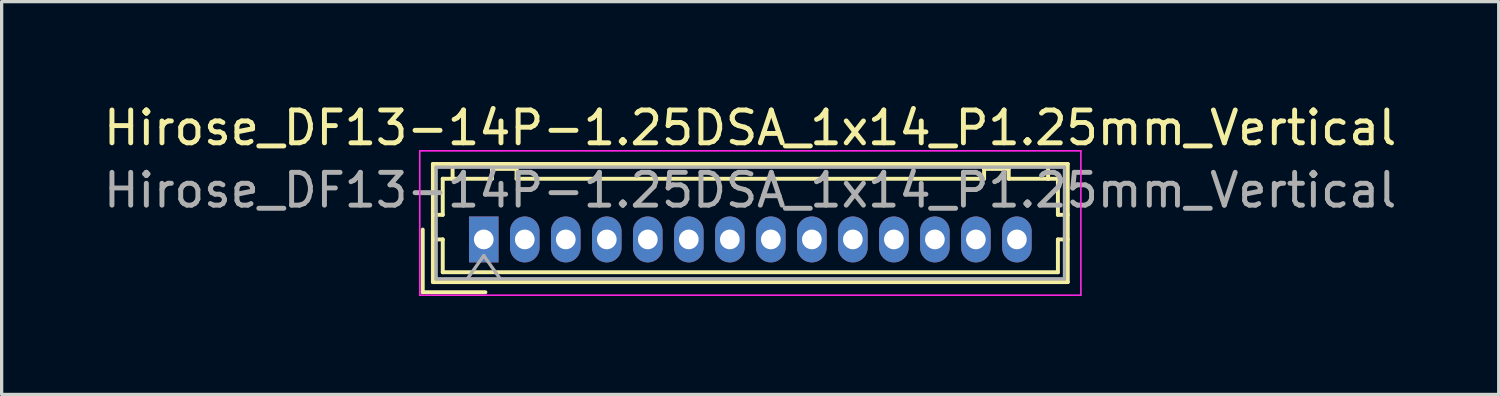
<source format=kicad_pcb>
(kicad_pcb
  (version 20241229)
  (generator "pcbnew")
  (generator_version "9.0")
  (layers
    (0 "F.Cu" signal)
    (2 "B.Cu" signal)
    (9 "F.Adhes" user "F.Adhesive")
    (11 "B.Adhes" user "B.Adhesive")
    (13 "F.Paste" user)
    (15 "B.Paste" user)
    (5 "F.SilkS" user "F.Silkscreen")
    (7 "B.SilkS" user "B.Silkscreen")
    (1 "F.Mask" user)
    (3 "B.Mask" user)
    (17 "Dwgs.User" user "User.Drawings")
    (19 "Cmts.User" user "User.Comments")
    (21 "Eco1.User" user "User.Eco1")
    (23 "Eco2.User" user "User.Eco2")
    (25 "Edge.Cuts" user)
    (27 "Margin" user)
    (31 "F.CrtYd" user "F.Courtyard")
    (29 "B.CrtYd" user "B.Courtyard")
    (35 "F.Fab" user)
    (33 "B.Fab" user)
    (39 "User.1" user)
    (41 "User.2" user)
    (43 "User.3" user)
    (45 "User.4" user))
  (footprint "Hirose_DF13-14P-1.25DSA_1x14_P1.25mm_Vertical"
    (layer "F.Cu")
    (at 11.695 4.248)
    (property "Reference" "Hirose_DF13-14P-1.25DSA_1x14_P1.25mm_Vertical" (at 8.12 -3.4 0) (layer "F.SilkS") (effects (font (size 1 1) (thickness 0.15))))
    (attr through_hole)
    (fp_line (start -1.86 -0.3) (end -1.86 1.61) (stroke (width 0.12) (type solid)) (layer "F.SilkS"))
    (fp_line (start -1.86 1.61) (end 0.05 1.61) (stroke (width 0.12) (type solid)) (layer "F.SilkS"))
    (fp_line (start -1.55 -2.3) (end -1.55 1.3) (stroke (width 0.12) (type solid)) (layer "F.SilkS"))
    (fp_line (start -1.55 -0.75) (end -1.25 -0.75) (stroke (width 0.12) (type solid)) (layer "F.SilkS"))
    (fp_line (start -1.55 0) (end -1.25 0) (stroke (width 0.12) (type solid)) (layer "F.SilkS"))
    (fp_line (start -1.55 1.3) (end 17.8 1.3) (stroke (width 0.12) (type solid)) (layer "F.SilkS"))
    (fp_line (start -1.25 -1.85) (end -0.95 -1.85) (stroke (width 0.12) (type solid)) (layer "F.SilkS"))
    (fp_line (start -1.25 -0.75) (end -1.25 -1.85) (stroke (width 0.12) (type solid)) (layer "F.SilkS"))
    (fp_line (start -1.25 0) (end -1.25 1) (stroke (width 0.12) (type solid)) (layer "F.SilkS"))
    (fp_line (start -1.25 1) (end 17.5 1) (stroke (width 0.12) (type solid)) (layer "F.SilkS"))
    (fp_line (start -0.95 -1.85) (end -0.95 -2.3) (stroke (width 0.12) (type solid)) (layer "F.SilkS"))
    (fp_line (start -0.95 -1.85) (end 0.25 -1.85) (stroke (width 0.12) (type solid)) (layer "F.SilkS"))
    (fp_line (start 0.25 -2.15) (end 1 -2.15) (stroke (width 0.12) (type solid)) (layer "F.SilkS"))
    (fp_line (start 0.25 -1.85) (end 0.25 -2.15) (stroke (width 0.12) (type solid)) (layer "F.SilkS"))
    (fp_line (start 1 -2.15) (end 1 -1.85) (stroke (width 0.12) (type solid)) (layer "F.SilkS"))
    (fp_line (start 1 -1.85) (end 15.25 -1.85) (stroke (width 0.12) (type solid)) (layer "F.SilkS"))
    (fp_line (start 15.25 -2.15) (end 16 -2.15) (stroke (width 0.12) (type solid)) (layer "F.SilkS"))
    (fp_line (start 15.25 -1.85) (end 15.25 -2.15) (stroke (width 0.12) (type solid)) (layer "F.SilkS"))
    (fp_line (start 16 -2.15) (end 16 -1.85) (stroke (width 0.12) (type solid)) (layer "F.SilkS"))
    (fp_line (start 16 -1.85) (end 17.2 -1.85) (stroke (width 0.12) (type solid)) (layer "F.SilkS"))
    (fp_line (start 17.2 -1.85) (end 17.2 -2.3) (stroke (width 0.12) (type solid)) (layer "F.SilkS"))
    (fp_line (start 17.5 -1.85) (end 17.2 -1.85) (stroke (width 0.12) (type solid)) (layer "F.SilkS"))
    (fp_line (start 17.5 -0.75) (end 17.5 -1.85) (stroke (width 0.12) (type solid)) (layer "F.SilkS"))
    (fp_line (start 17.5 0) (end 17.8 0) (stroke (width 0.12) (type solid)) (layer "F.SilkS"))
    (fp_line (start 17.5 1) (end 17.5 0) (stroke (width 0.12) (type solid)) (layer "F.SilkS"))
    (fp_line (start 17.8 -2.3) (end -1.55 -2.3) (stroke (width 0.12) (type solid)) (layer "F.SilkS"))
    (fp_line (start 17.8 -0.75) (end 17.5 -0.75) (stroke (width 0.12) (type solid)) (layer "F.SilkS"))
    (fp_line (start 17.8 1.3) (end 17.8 -2.3) (stroke (width 0.12) (type solid)) (layer "F.SilkS"))
    (fp_line (start -1.95 -2.7) (end -1.95 1.7) (stroke (width 0.05) (type solid)) (layer "F.CrtYd"))
    (fp_line (start -1.95 1.7) (end 18.2 1.7) (stroke (width 0.05) (type solid)) (layer "F.CrtYd"))
    (fp_line (start 18.2 -2.7) (end -1.95 -2.7) (stroke (width 0.05) (type solid)) (layer "F.CrtYd"))
    (fp_line (start 18.2 1.7) (end 18.2 -2.7) (stroke (width 0.05) (type solid)) (layer "F.CrtYd"))
    (fp_line (start -1.45 -2.2) (end -1.45 1.2) (stroke (width 0.1) (type solid)) (layer "F.Fab"))
    (fp_line (start -1.45 1.2) (end 17.7 1.2) (stroke (width 0.1) (type solid)) (layer "F.Fab"))
    (fp_line (start -0.5 1.2) (end 0 0.493) (stroke (width 0.1) (type solid)) (layer "F.Fab"))
    (fp_line (start 0 0.493) (end 0.5 1.2) (stroke (width 0.1) (type solid)) (layer "F.Fab"))
    (fp_line (start 17.7 -2.2) (end -1.45 -2.2) (stroke (width 0.1) (type solid)) (layer "F.Fab"))
    (fp_line (start 17.7 1.2) (end 17.7 -2.2) (stroke (width 0.1) (type solid)) (layer "F.Fab"))
    (fp_text user "${REFERENCE}" (at 8.12 -1.5 0) (layer "F.Fab") (effects (font (size 1 1) (thickness 0.15))))
    (pad "1" thru_hole rect (at 0 0) (size 0.9 1.4) (drill 0.6) (layers "*.Cu" "*.Mask"))
    (pad "2" thru_hole oval (at 1.25 0) (size 0.9 1.4) (drill 0.6) (layers "*.Cu" "*.Mask"))
    (pad "3" thru_hole oval (at 2.5 0) (size 0.9 1.4) (drill 0.6) (layers "*.Cu" "*.Mask"))
    (pad "4" thru_hole oval (at 3.75 0) (size 0.9 1.4) (drill 0.6) (layers "*.Cu" "*.Mask"))
    (pad "5" thru_hole oval (at 5 0) (size 0.9 1.4) (drill 0.6) (layers "*.Cu" "*.Mask"))
    (pad "6" thru_hole oval (at 6.25 0) (size 0.9 1.4) (drill 0.6) (layers "*.Cu" "*.Mask"))
    (pad "7" thru_hole oval (at 7.5 0) (size 0.9 1.4) (drill 0.6) (layers "*.Cu" "*.Mask"))
    (pad "8" thru_hole oval (at 8.75 0) (size 0.9 1.4) (drill 0.6) (layers "*.Cu" "*.Mask"))
    (pad "9" thru_hole oval (at 10 0) (size 0.9 1.4) (drill 0.6) (layers "*.Cu" "*.Mask"))
    (pad "10" thru_hole oval (at 11.25 0) (size 0.9 1.4) (drill 0.6) (layers "*.Cu" "*.Mask"))
    (pad "11" thru_hole oval (at 12.5 0) (size 0.9 1.4) (drill 0.6) (layers "*.Cu" "*.Mask"))
    (pad "12" thru_hole oval (at 13.75 0) (size 0.9 1.4) (drill 0.6) (layers "*.Cu" "*.Mask"))
    (pad "13" thru_hole oval (at 15 0) (size 0.9 1.4) (drill 0.6) (layers "*.Cu" "*.Mask"))
    (pad "14" thru_hole oval (at 16.25 0) (size 0.9 1.4) (drill 0.6) (layers "*.Cu" "*.Mask")))
  (gr_rect
    (start -3 -3)
    (end 42.631 8.973)
    (stroke (width 0.1) (type default))
    (fill no)
    (layer "Edge.Cuts")))
</source>
